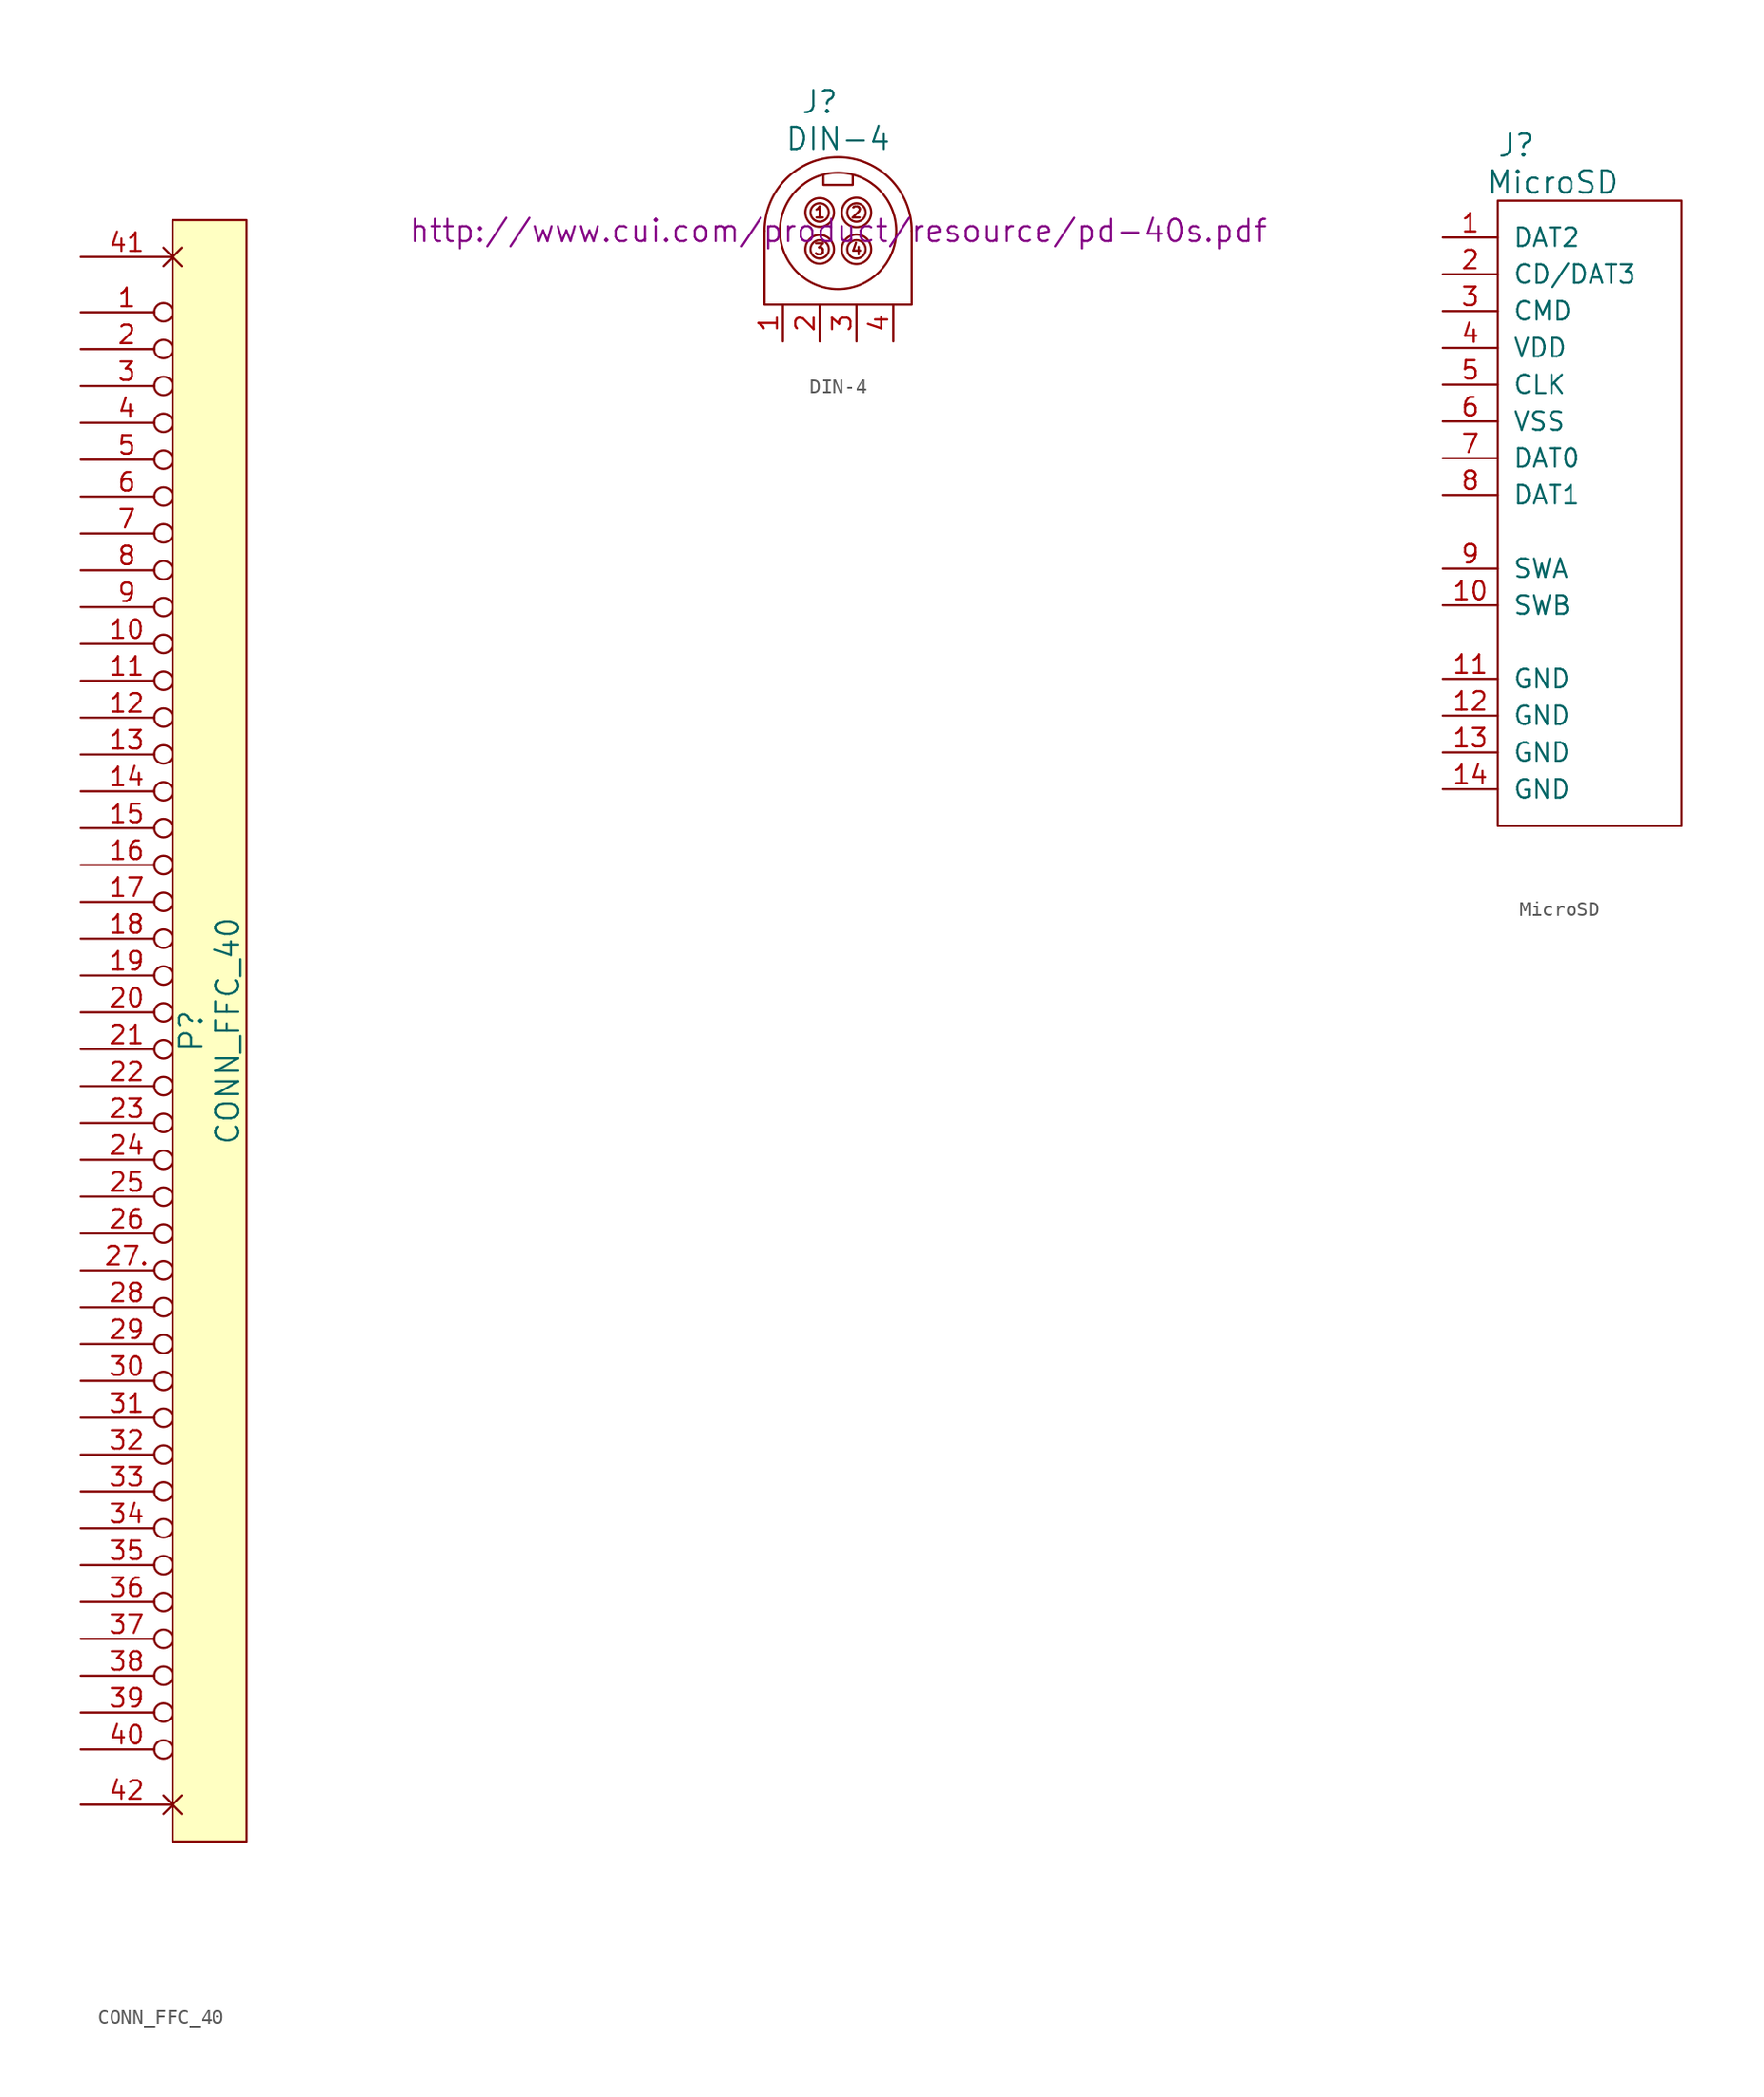
<source format=kicad_sym>
(kicad_symbol_lib
  (version 20231120)
  (generator "kicad_symbol_editor")
  (generator_version "8.0")
  (symbol "CONN_FFC_40"
    (pin_names
      (offset 1.016) hide)
    (property "Reference" "P"
      (at 1.27 0 90)
      (effects (font (size 1.524 1.524))))
    (property "Value" "CONN_FFC_40"
      (at 3.81 0 90)
      (effects (font (size 1.524 1.524))))
    (property "Footprint" ""
      (at 2.54 25.4 0)
      (effects (font (size 1.524 1.524))))
    (property "Datasheet" ""
      (at 2.54 25.4 0)
      (effects (font (size 1.524 1.524))))
    (symbol "CONN_FFC_40_0_1"
      (rectangle (start 0 -55.88) (end 5.08 55.88) (stroke (width 0) (type default)) (fill (type background))))
    (symbol "CONN_FFC_40_1_1"
      (pin passive inverted (at -6.35 49.53 0) (length 6.35) (name "P1" (effects (font (size 1.27 1.27)))) (number "1" (effects (font (size 1.27 1.27)))))
      (pin passive inverted (at -6.35 26.67 0) (length 6.35) (name "P10" (effects (font (size 1.27 1.27)))) (number "10" (effects (font (size 1.27 1.27)))))
      (pin passive inverted (at -6.35 24.13 0) (length 6.35) (name "P11" (effects (font (size 1.27 1.27)))) (number "11" (effects (font (size 1.27 1.27)))))
      (pin passive inverted (at -6.35 21.59 0) (length 6.35) (name "P12" (effects (font (size 1.27 1.27)))) (number "12" (effects (font (size 1.27 1.27)))))
      (pin passive inverted (at -6.35 19.05 0) (length 6.35) (name "P13" (effects (font (size 1.27 1.27)))) (number "13" (effects (font (size 1.27 1.27)))))
      (pin passive inverted (at -6.35 16.51 0) (length 6.35) (name "P14" (effects (font (size 1.27 1.27)))) (number "14" (effects (font (size 1.27 1.27)))))
      (pin passive inverted (at -6.35 13.97 0) (length 6.35) (name "P15" (effects (font (size 1.27 1.27)))) (number "15" (effects (font (size 1.27 1.27)))))
      (pin passive inverted (at -6.35 11.43 0) (length 6.35) (name "P16" (effects (font (size 1.27 1.27)))) (number "16" (effects (font (size 1.27 1.27)))))
      (pin passive inverted (at -6.35 8.89 0) (length 6.35) (name "P17" (effects (font (size 1.27 1.27)))) (number "17" (effects (font (size 1.27 1.27)))))
      (pin passive inverted (at -6.35 6.35 0) (length 6.35) (name "P18" (effects (font (size 1.27 1.27)))) (number "18" (effects (font (size 1.27 1.27)))))
      (pin passive inverted (at -6.35 3.81 0) (length 6.35) (name "P19" (effects (font (size 1.27 1.27)))) (number "19" (effects (font (size 1.27 1.27)))))
      (pin passive inverted (at -6.35 46.99 0) (length 6.35) (name "P2" (effects (font (size 1.27 1.27)))) (number "2" (effects (font (size 1.27 1.27)))))
      (pin passive inverted (at -6.35 1.27 0) (length 6.35) (name "P" (effects (font (size 1.27 1.27)))) (number "20" (effects (font (size 1.27 1.27)))))
      (pin passive inverted (at -6.35 -1.27 0) (length 6.35) (name "~" (effects (font (size 1.27 1.27)))) (number "21" (effects (font (size 1.27 1.27)))))
      (pin passive inverted (at -6.35 -3.81 0) (length 6.35) (name "~" (effects (font (size 1.27 1.27)))) (number "22" (effects (font (size 1.27 1.27)))))
      (pin passive inverted (at -6.35 -6.35 0) (length 6.35) (name "~" (effects (font (size 1.27 1.27)))) (number "23" (effects (font (size 1.27 1.27)))))
      (pin passive inverted (at -6.35 -8.89 0) (length 6.35) (name "~" (effects (font (size 1.27 1.27)))) (number "24" (effects (font (size 1.27 1.27)))))
      (pin passive inverted (at -6.35 -11.43 0) (length 6.35) (name "~" (effects (font (size 1.27 1.27)))) (number "25" (effects (font (size 1.27 1.27)))))
      (pin passive inverted (at -6.35 -13.97 0) (length 6.35) (name "~" (effects (font (size 1.27 1.27)))) (number "26" (effects (font (size 1.27 1.27)))))
      (pin passive inverted (at -6.35 -16.51 0) (length 6.35) (name "~" (effects (font (size 1.27 1.27)))) (number "27." (effects (font (size 1.27 1.27)))))
      (pin passive inverted (at -6.35 -19.05 0) (length 6.35) (name "~" (effects (font (size 1.27 1.27)))) (number "28" (effects (font (size 1.27 1.27)))))
      (pin passive inverted (at -6.35 -21.59 0) (length 6.35) (name "~" (effects (font (size 1.27 1.27)))) (number "29" (effects (font (size 1.27 1.27)))))
      (pin passive inverted (at -6.35 44.45 0) (length 6.35) (name "P3" (effects (font (size 1.27 1.27)))) (number "3" (effects (font (size 1.27 1.27)))))
      (pin passive inverted (at -6.35 -24.13 0) (length 6.35) (name "~" (effects (font (size 1.27 1.27)))) (number "30" (effects (font (size 1.27 1.27)))))
      (pin passive inverted (at -6.35 -26.67 0) (length 6.35) (name "~" (effects (font (size 1.27 1.27)))) (number "31" (effects (font (size 1.27 1.27)))))
      (pin passive inverted (at -6.35 -29.21 0) (length 6.35) (name "~" (effects (font (size 1.27 1.27)))) (number "32" (effects (font (size 1.27 1.27)))))
      (pin passive inverted (at -6.35 -31.75 0) (length 6.35) (name "~" (effects (font (size 1.27 1.27)))) (number "33" (effects (font (size 1.27 1.27)))))
      (pin passive inverted (at -6.35 -34.29 0) (length 6.35) (name "~" (effects (font (size 1.27 1.27)))) (number "34" (effects (font (size 1.27 1.27)))))
      (pin passive inverted (at -6.35 -36.83 0) (length 6.35) (name "~" (effects (font (size 1.27 1.27)))) (number "35" (effects (font (size 1.27 1.27)))))
      (pin passive inverted (at -6.35 -39.37 0) (length 6.35) (name "~" (effects (font (size 1.27 1.27)))) (number "36" (effects (font (size 1.27 1.27)))))
      (pin passive inverted (at -6.35 -41.91 0) (length 6.35) (name "~" (effects (font (size 1.27 1.27)))) (number "37" (effects (font (size 1.27 1.27)))))
      (pin passive inverted (at -6.35 -44.45 0) (length 6.35) (name "~" (effects (font (size 1.27 1.27)))) (number "38" (effects (font (size 1.27 1.27)))))
      (pin passive inverted (at -6.35 -46.99 0) (length 6.35) (name "~" (effects (font (size 1.27 1.27)))) (number "39" (effects (font (size 1.27 1.27)))))
      (pin passive inverted (at -6.35 41.91 0) (length 6.35) (name "P4" (effects (font (size 1.27 1.27)))) (number "4" (effects (font (size 1.27 1.27)))))
      (pin passive inverted (at -6.35 -49.53 0) (length 6.35) (name "~" (effects (font (size 1.27 1.27)))) (number "40" (effects (font (size 1.27 1.27)))))
      (pin passive non_logic (at -6.35 53.34 0) (length 6.35) (name "MTG" (effects (font (size 1.524 1.524)))) (number "41" (effects (font (size 1.27 1.27)))))
      (pin passive non_logic (at -6.35 -53.34 0) (length 6.35) (name "MTG" (effects (font (size 1.27 1.27)))) (number "42" (effects (font (size 1.27 1.27)))))
      (pin passive inverted (at -6.35 39.37 0) (length 6.35) (name "P5" (effects (font (size 1.27 1.27)))) (number "5" (effects (font (size 1.27 1.27)))))
      (pin passive inverted (at -6.35 36.83 0) (length 6.35) (name "P6" (effects (font (size 1.27 1.27)))) (number "6" (effects (font (size 1.27 1.27)))))
      (pin passive inverted (at -6.35 34.29 0) (length 6.35) (name "P7" (effects (font (size 1.27 1.27)))) (number "7" (effects (font (size 1.27 1.27)))))
      (pin passive inverted (at -6.35 31.75 0) (length 6.35) (name "P8" (effects (font (size 1.27 1.27)))) (number "8" (effects (font (size 1.27 1.27)))))
      (pin passive inverted (at -6.35 29.21 0) (length 6.35) (name "P9" (effects (font (size 1.27 1.27)))) (number "9" (effects (font (size 1.27 1.27)))))))
  (symbol "DIN-4"
    (pin_names
      (offset 1.016) hide)
    (property "Reference" "J"
      (at -1.27 8.89 0)
      (effects (font (size 1.524 1.524))))
    (property "Value" "DIN-4"
      (at 0 6.35 0)
      (effects (font (size 1.524 1.524))))
    (property "Footprint" ""
      (at 0 0 0)
      (effects (font (size 1.524 1.524))))
    (property "Datasheet" "http://www.cui.com/product/resource/pd-40s.pdf"
      (at 0 0 0)
      (effects (font (size 1.524 1.524))))
    (symbol "DIN-4_0_0"
      (text "1" (at -1.27 1.27 0) (effects (font (size 0.762 0.762))))
      (text "2" (at 1.27 1.27 0) (effects (font (size 0.762 0.762))))
      (text "3" (at -1.27 -1.27 0) (effects (font (size 0.762 0.762))))
      (text "4" (at 1.27 -1.27 0) (effects (font (size 0.762 0.762)))))
    (symbol "DIN-4_0_1"
      (circle (center -1.27 -1.27) (radius 0.635) (stroke (width 0) (type default)) (fill (type none)))
      (circle (center -1.27 -1.27) (radius 0.991) (stroke (width 0) (type default)) (fill (type none)))
      (circle (center -1.27 1.27) (radius 0.635) (stroke (width 0) (type default)) (fill (type none)))
      (circle (center -1.27 1.27) (radius 0.991) (stroke (width 0) (type default)) (fill (type none)))
      (polyline (pts (xy -5.08 0) (xy -5.08 -5.08) (xy 5.08 -5.08) (xy 5.08 0)) (stroke (width 0) (type default)) (fill (type none)))
      (polyline (pts (xy -1.016 3.81) (xy -1.016 3.175) (xy 1.016 3.175) (xy 1.016 3.81)) (stroke (width 0) (type default)) (fill (type none)))
      (circle (center 0 0) (radius 4.013) (stroke (width 0) (type default)) (fill (type none)))
      (circle (center 1.27 -1.27) (radius 0.635) (stroke (width 0) (type default)) (fill (type none)))
      (circle (center 1.27 -1.27) (radius 1.016) (stroke (width 0) (type default)) (fill (type none)))
      (circle (center 1.27 1.27) (radius 0.635) (stroke (width 0) (type default)) (fill (type none)))
      (circle (center 1.27 1.27) (radius 1.016) (stroke (width 0) (type default)) (fill (type none)))
      (arc (start 5.08 0) (mid 0 5.0579) (end -5.08 0) (stroke (width 0) (type default)) (fill (type none))))
    (symbol "DIN-4_1_1"
      (pin input line (at -3.81 -7.62 90) (length 2.54) (name "1" (effects (font (size 1.27 1.27)))) (number "1" (effects (font (size 1.27 1.27)))))
      (pin input line (at -1.27 -7.62 90) (length 2.54) (name "2" (effects (font (size 1.27 1.27)))) (number "2" (effects (font (size 1.27 1.27)))))
      (pin input line (at 1.27 -7.62 90) (length 2.54) (name "3" (effects (font (size 1.27 1.27)))) (number "3" (effects (font (size 1.27 1.27)))))
      (pin input line (at 3.81 -7.62 90) (length 2.54) (name "4" (effects (font (size 1.27 1.27)))) (number "4" (effects (font (size 1.27 1.27)))))))
  (symbol "MicroSD"
    (pin_names
      (offset 1.016))
    (property "Reference" "J"
      (at -5.08 22.86 0)
      (effects (font (size 1.524 1.524))))
    (property "Value" "MicroSD"
      (at -2.54 20.32 0)
      (effects (font (size 1.524 1.524))))
    (property "Footprint" ""
      (at -2.54 8.89 0)
      (effects (font (size 1.524 1.524))))
    (property "Datasheet" ""
      (at -2.54 8.89 0)
      (effects (font (size 1.524 1.524))))
    (symbol "MicroSD_0_1"
      (rectangle (start -6.35 19.05) (end 6.35 -24.13) (stroke (width 0) (type default)) (fill (type none))))
    (symbol "MicroSD_1_1"
      (pin input line (at -10.16 16.51 0) (length 3.81) (name "DAT2" (effects (font (size 1.27 1.27)))) (number "1" (effects (font (size 1.27 1.27)))))
      (pin input line (at -10.16 -8.89 0) (length 3.81) (name "SWB" (effects (font (size 1.27 1.27)))) (number "10" (effects (font (size 1.27 1.27)))))
      (pin input line (at -10.16 -13.97 0) (length 3.81) (name "GND" (effects (font (size 1.27 1.27)))) (number "11" (effects (font (size 1.27 1.27)))))
      (pin input line (at -10.16 -16.51 0) (length 3.81) (name "GND" (effects (font (size 1.27 1.27)))) (number "12" (effects (font (size 1.27 1.27)))))
      (pin passive line (at -10.16 -19.05 0) (length 3.81) (name "GND" (effects (font (size 1.27 1.27)))) (number "13" (effects (font (size 1.27 1.27)))))
      (pin passive line (at -10.16 -21.59 0) (length 3.81) (name "GND" (effects (font (size 1.27 1.27)))) (number "14" (effects (font (size 1.27 1.27)))))
      (pin input line (at -10.16 13.97 0) (length 3.81) (name "CD/DAT3" (effects (font (size 1.27 1.27)))) (number "2" (effects (font (size 1.27 1.27)))))
      (pin input line (at -10.16 11.43 0) (length 3.81) (name "CMD" (effects (font (size 1.27 1.27)))) (number "3" (effects (font (size 1.27 1.27)))))
      (pin input line (at -10.16 8.89 0) (length 3.81) (name "VDD" (effects (font (size 1.27 1.27)))) (number "4" (effects (font (size 1.27 1.27)))))
      (pin input line (at -10.16 6.35 0) (length 3.81) (name "CLK" (effects (font (size 1.27 1.27)))) (number "5" (effects (font (size 1.27 1.27)))))
      (pin input line (at -10.16 3.81 0) (length 3.81) (name "VSS" (effects (font (size 1.27 1.27)))) (number "6" (effects (font (size 1.27 1.27)))))
      (pin input line (at -10.16 1.27 0) (length 3.81) (name "DAT0" (effects (font (size 1.27 1.27)))) (number "7" (effects (font (size 1.27 1.27)))))
      (pin input line (at -10.16 -1.27 0) (length 3.81) (name "DAT1" (effects (font (size 1.27 1.27)))) (number "8" (effects (font (size 1.27 1.27)))))
      (pin input line (at -10.16 -6.35 0) (length 3.81) (name "SWA" (effects (font (size 1.27 1.27)))) (number "9" (effects (font (size 1.27 1.27))))))))
</source>
